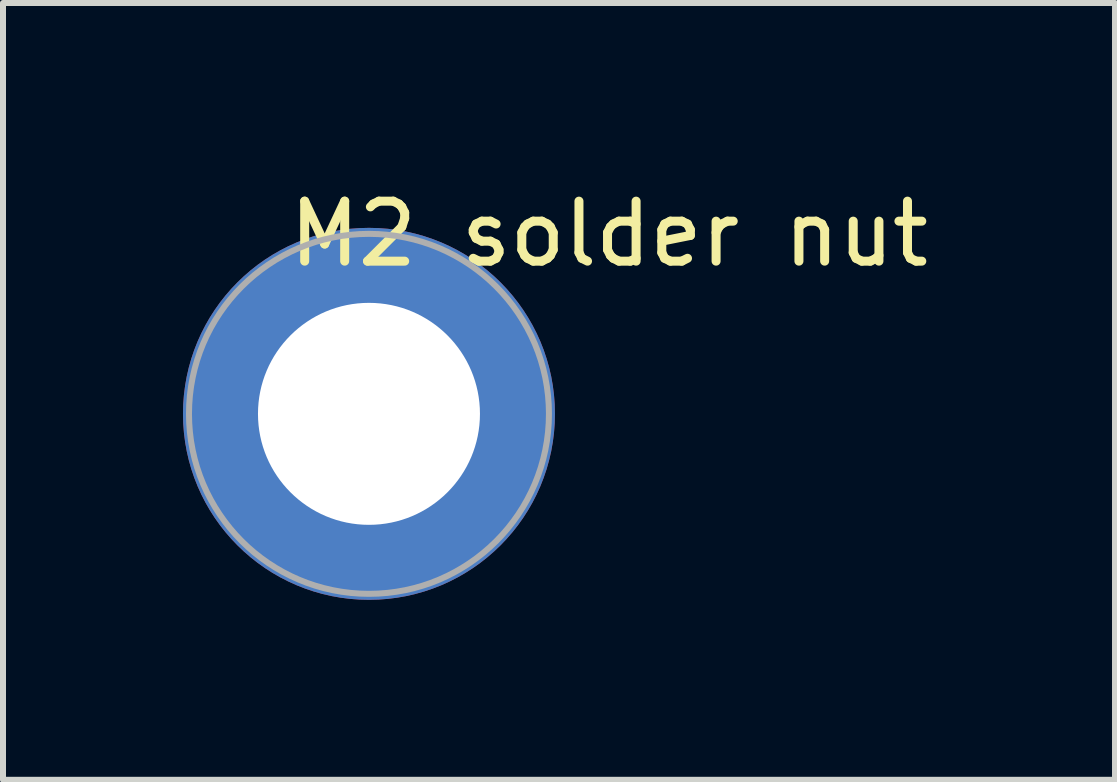
<source format=kicad_pcb>
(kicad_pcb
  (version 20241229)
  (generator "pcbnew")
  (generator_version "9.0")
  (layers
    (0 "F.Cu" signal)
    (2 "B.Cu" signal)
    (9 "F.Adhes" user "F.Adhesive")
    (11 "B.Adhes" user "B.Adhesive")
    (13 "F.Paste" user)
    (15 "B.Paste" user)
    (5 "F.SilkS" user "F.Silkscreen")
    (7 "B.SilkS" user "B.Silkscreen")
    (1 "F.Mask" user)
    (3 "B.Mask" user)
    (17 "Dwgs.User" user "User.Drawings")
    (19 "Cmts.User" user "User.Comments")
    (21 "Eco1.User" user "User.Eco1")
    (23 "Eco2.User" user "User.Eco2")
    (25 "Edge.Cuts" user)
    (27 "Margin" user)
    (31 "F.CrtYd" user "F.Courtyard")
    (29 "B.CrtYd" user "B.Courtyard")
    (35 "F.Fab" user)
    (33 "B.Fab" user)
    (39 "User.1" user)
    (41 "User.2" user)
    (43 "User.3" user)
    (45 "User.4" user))
  (footprint "M2 solder nut"
    (layer "F.Cu")
    (at 3.1 3.848)
    (property "Reference" "M2 solder nut" (at 4 -3 0) (unlocked yes) (layer "F.SilkS") (effects (font (size 1 1) (thickness 0.15))))
    (attr through_hole)
    (fp_poly (pts (arc (start -2.95804 -0.5) (mid -2.12132 -2.12132) (end -0.5 -2.95804)) (arc (start -0.5 -1.936492) (mid -1.414214 -1.414214) (end -1.936492 -0.5))) (stroke (width 0.2) (type solid)) (fill yes) (layer "F.Paste"))
    (fp_poly (pts (arc (start -2.95804 0.5) (mid -2.12132 2.12132) (end -0.5 2.95804)) (arc (start -0.5 1.936492) (mid -1.414214 1.414214) (end -1.936492 0.5))) (stroke (width 0.2) (type solid)) (fill yes) (layer "F.Paste"))
    (fp_poly (pts (arc (start 2.95804 -0.5) (mid 2.12132 -2.12132) (end 0.5 -2.95804)) (arc (start 0.5 -1.936492) (mid 1.414214 -1.414214) (end 1.936492 -0.5))) (stroke (width 0.2) (type solid)) (fill yes) (layer "F.Paste"))
    (fp_poly (pts (arc (start 2.95804 0.5) (mid 2.12132 2.12132) (end 0.5 2.95804)) (arc (start 0.5 1.936492) (mid 1.414214 1.414214) (end 1.936492 0.5))) (stroke (width 0.2) (type solid)) (fill yes) (layer "F.Paste"))
    (fp_circle (center 0 0) (end 3 0) (stroke (width 0.1) (type default)) (fill no) (layer "F.Fab"))
    (pad "" thru_hole circle (at 0 0) (size 6.2 6.2) (drill 3.7) (layers "*.Cu" "*.Mask")))
  (gr_rect
    (start -3 -3)
    (end 15.535 9.948)
    (stroke (width 0.1) (type default))
    (fill no)
    (layer "Edge.Cuts")))
</source>
